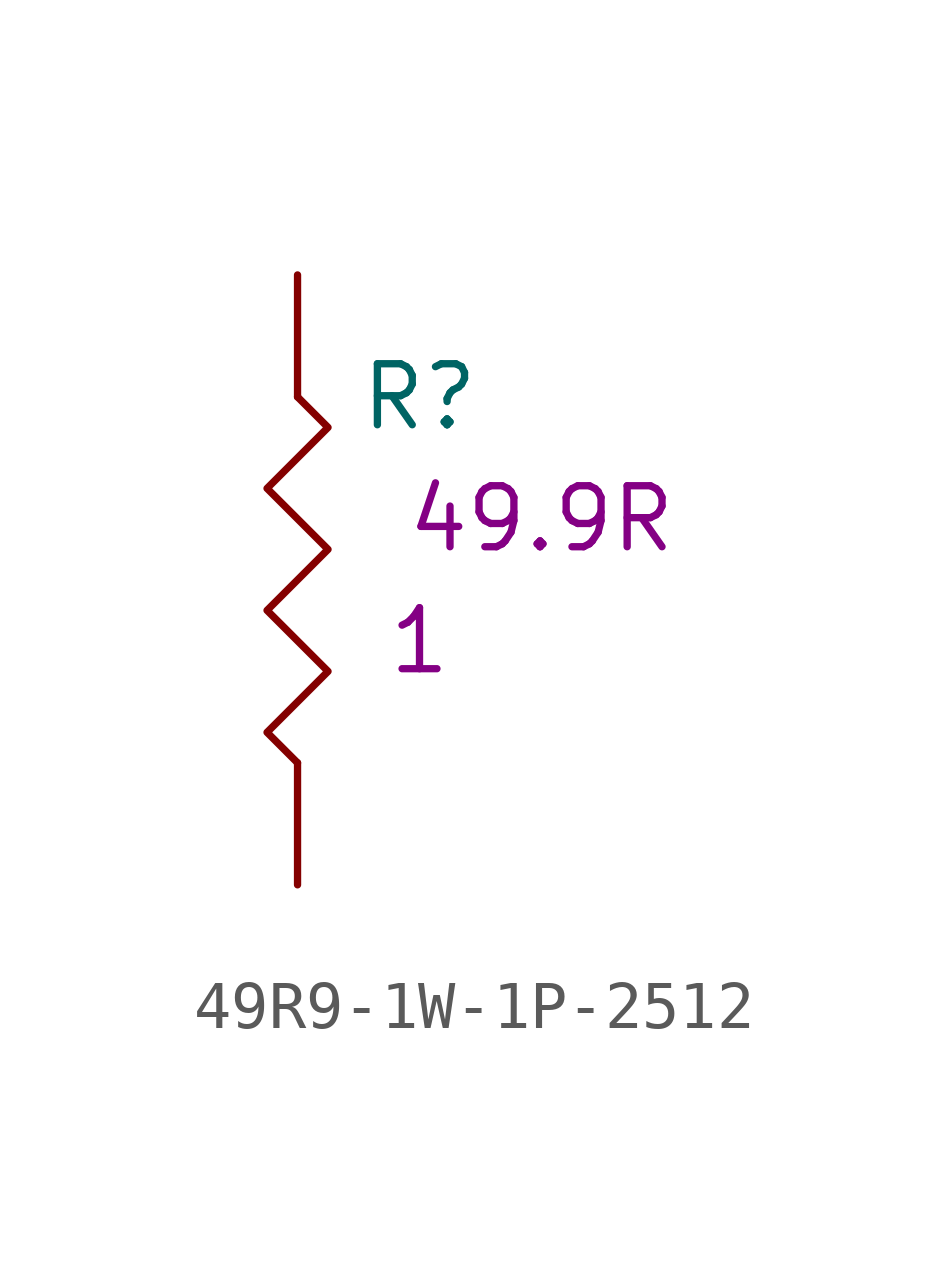
<source format=kicad_sym>
(kicad_symbol_lib
  (version 20201005)
  (generator kicad_symbol_editor)
  (symbol "S_Resistor_2512:49R9-1W-1P-2512"
    (pin_numbers hide)
    (pin_names
      (offset 1.27) hide)
    (property "Reference" "R"
      (at 2.54 -2.54 0)
      (effects (font (size 1.27 1.27))))
    (property "Qty" "1"
      (at 2.54 -7.62 0)
      (effects (font (size 1.27 1.27))))
    (property "Desc1" "49.9R"
      (at 5.08 -5.08 0)
      (effects (font (size 1.27 1.27))))
    (symbol "49R9-1W-1P-2512_0_1"
      (polyline (pts (xy 0 -2.54) (xy 0.635 -3.175) (xy -0.635 -4.445) (xy 0.635 -5.715) (xy -0.635 -6.985) (xy 0.635 -8.255) (xy -0.635 -9.525) (xy 0 -10.16)) (stroke (width 0)) (fill (type none))))
    (symbol "49R9-1W-1P-2512_1_1"
      (pin passive line (at 0 0 270) (length 2.54) (name "1" (effects (font (size 1.27 1.27)))) (number "1" (effects (font (size 1.27 1.27)))))
      (pin passive line (at 0 -12.7 90) (length 2.54) (name "2" (effects (font (size 1.27 1.27)))) (number "2" (effects (font (size 1.27 1.27))))))))
</source>
